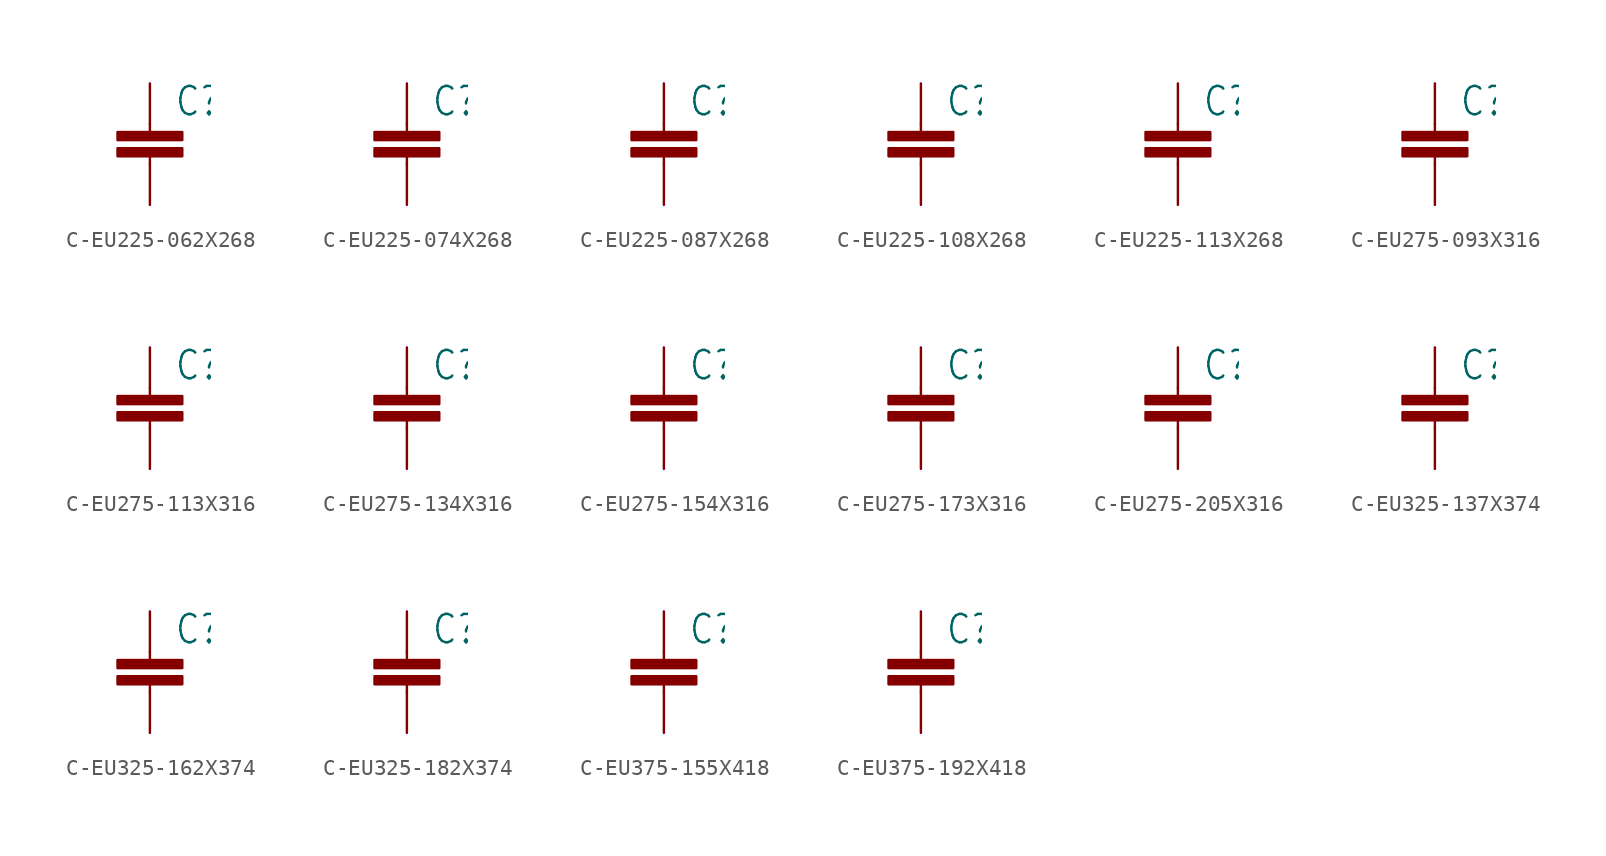
<source format=kicad_sym>
(kicad_symbol_lib
  (version 20231120)
  (generator "kicad_symbol_editor")
  (generator_version "8.0")
  (symbol "C-EU225-062X268"
    (property "Reference" "C"
      (at 1.524 0.381 0)
      (effects (font (size 1.778 1.511)) (justify left bottom)))
    (property "Value" ""
      (at 1.524 -4.699 0)
      (effects (font (size 1.778 1.511)) (justify left bottom)))
    (property "ki_locked" ""
      (at 0 0 0)
      (effects (font (size 1.27 1.27))))
    (symbol "C-EU225-062X268_1_0"
      (rectangle (start -2.032 -2.032) (end 2.032 -1.524) (stroke (width 0) (type default)) (fill (type outline)))
      (rectangle (start -2.032 -1.016) (end 2.032 -0.508) (stroke (width 0) (type default)) (fill (type outline)))
      (polyline (pts (xy 0 -2.54) (xy 0 -2.032)) (stroke (width 0.152) (type solid)) (fill (type none)))
      (polyline (pts (xy 0 0) (xy 0 -0.508)) (stroke (width 0.152) (type solid)) (fill (type none)))
      (pin passive line (at 0 2.54 270) (length 2.54) (name "1" (effects (font (size 0 0)))) (number "1" (effects (font (size 0 0)))))
      (pin passive line (at 0 -5.08 90) (length 2.54) (name "2" (effects (font (size 0 0)))) (number "2" (effects (font (size 0 0)))))))
  (symbol "C-EU225-074X268"
    (property "Reference" "C"
      (at 1.524 0.381 0)
      (effects (font (size 1.778 1.511)) (justify left bottom)))
    (property "Value" ""
      (at 1.524 -4.699 0)
      (effects (font (size 1.778 1.511)) (justify left bottom)))
    (property "ki_locked" ""
      (at 0 0 0)
      (effects (font (size 1.27 1.27))))
    (symbol "C-EU225-074X268_1_0"
      (rectangle (start -2.032 -2.032) (end 2.032 -1.524) (stroke (width 0) (type default)) (fill (type outline)))
      (rectangle (start -2.032 -1.016) (end 2.032 -0.508) (stroke (width 0) (type default)) (fill (type outline)))
      (polyline (pts (xy 0 -2.54) (xy 0 -2.032)) (stroke (width 0.152) (type solid)) (fill (type none)))
      (polyline (pts (xy 0 0) (xy 0 -0.508)) (stroke (width 0.152) (type solid)) (fill (type none)))
      (pin passive line (at 0 2.54 270) (length 2.54) (name "1" (effects (font (size 0 0)))) (number "1" (effects (font (size 0 0)))))
      (pin passive line (at 0 -5.08 90) (length 2.54) (name "2" (effects (font (size 0 0)))) (number "2" (effects (font (size 0 0)))))))
  (symbol "C-EU225-087X268"
    (property "Reference" "C"
      (at 1.524 0.381 0)
      (effects (font (size 1.778 1.511)) (justify left bottom)))
    (property "Value" ""
      (at 1.524 -4.699 0)
      (effects (font (size 1.778 1.511)) (justify left bottom)))
    (property "ki_locked" ""
      (at 0 0 0)
      (effects (font (size 1.27 1.27))))
    (symbol "C-EU225-087X268_1_0"
      (rectangle (start -2.032 -2.032) (end 2.032 -1.524) (stroke (width 0) (type default)) (fill (type outline)))
      (rectangle (start -2.032 -1.016) (end 2.032 -0.508) (stroke (width 0) (type default)) (fill (type outline)))
      (polyline (pts (xy 0 -2.54) (xy 0 -2.032)) (stroke (width 0.152) (type solid)) (fill (type none)))
      (polyline (pts (xy 0 0) (xy 0 -0.508)) (stroke (width 0.152) (type solid)) (fill (type none)))
      (pin passive line (at 0 2.54 270) (length 2.54) (name "1" (effects (font (size 0 0)))) (number "1" (effects (font (size 0 0)))))
      (pin passive line (at 0 -5.08 90) (length 2.54) (name "2" (effects (font (size 0 0)))) (number "2" (effects (font (size 0 0)))))))
  (symbol "C-EU225-108X268"
    (property "Reference" "C"
      (at 1.524 0.381 0)
      (effects (font (size 1.778 1.511)) (justify left bottom)))
    (property "Value" ""
      (at 1.524 -4.699 0)
      (effects (font (size 1.778 1.511)) (justify left bottom)))
    (property "ki_locked" ""
      (at 0 0 0)
      (effects (font (size 1.27 1.27))))
    (symbol "C-EU225-108X268_1_0"
      (rectangle (start -2.032 -2.032) (end 2.032 -1.524) (stroke (width 0) (type default)) (fill (type outline)))
      (rectangle (start -2.032 -1.016) (end 2.032 -0.508) (stroke (width 0) (type default)) (fill (type outline)))
      (polyline (pts (xy 0 -2.54) (xy 0 -2.032)) (stroke (width 0.152) (type solid)) (fill (type none)))
      (polyline (pts (xy 0 0) (xy 0 -0.508)) (stroke (width 0.152) (type solid)) (fill (type none)))
      (pin passive line (at 0 2.54 270) (length 2.54) (name "1" (effects (font (size 0 0)))) (number "1" (effects (font (size 0 0)))))
      (pin passive line (at 0 -5.08 90) (length 2.54) (name "2" (effects (font (size 0 0)))) (number "2" (effects (font (size 0 0)))))))
  (symbol "C-EU225-113X268"
    (property "Reference" "C"
      (at 1.524 0.381 0)
      (effects (font (size 1.778 1.511)) (justify left bottom)))
    (property "Value" ""
      (at 1.524 -4.699 0)
      (effects (font (size 1.778 1.511)) (justify left bottom)))
    (property "ki_locked" ""
      (at 0 0 0)
      (effects (font (size 1.27 1.27))))
    (symbol "C-EU225-113X268_1_0"
      (rectangle (start -2.032 -2.032) (end 2.032 -1.524) (stroke (width 0) (type default)) (fill (type outline)))
      (rectangle (start -2.032 -1.016) (end 2.032 -0.508) (stroke (width 0) (type default)) (fill (type outline)))
      (polyline (pts (xy 0 -2.54) (xy 0 -2.032)) (stroke (width 0.152) (type solid)) (fill (type none)))
      (polyline (pts (xy 0 0) (xy 0 -0.508)) (stroke (width 0.152) (type solid)) (fill (type none)))
      (pin passive line (at 0 2.54 270) (length 2.54) (name "1" (effects (font (size 0 0)))) (number "1" (effects (font (size 0 0)))))
      (pin passive line (at 0 -5.08 90) (length 2.54) (name "2" (effects (font (size 0 0)))) (number "2" (effects (font (size 0 0)))))))
  (symbol "C-EU275-093X316"
    (property "Reference" "C"
      (at 1.524 0.381 0)
      (effects (font (size 1.778 1.511)) (justify left bottom)))
    (property "Value" ""
      (at 1.524 -4.699 0)
      (effects (font (size 1.778 1.511)) (justify left bottom)))
    (property "ki_locked" ""
      (at 0 0 0)
      (effects (font (size 1.27 1.27))))
    (symbol "C-EU275-093X316_1_0"
      (rectangle (start -2.032 -2.032) (end 2.032 -1.524) (stroke (width 0) (type default)) (fill (type outline)))
      (rectangle (start -2.032 -1.016) (end 2.032 -0.508) (stroke (width 0) (type default)) (fill (type outline)))
      (polyline (pts (xy 0 -2.54) (xy 0 -2.032)) (stroke (width 0.152) (type solid)) (fill (type none)))
      (polyline (pts (xy 0 0) (xy 0 -0.508)) (stroke (width 0.152) (type solid)) (fill (type none)))
      (pin passive line (at 0 2.54 270) (length 2.54) (name "1" (effects (font (size 0 0)))) (number "1" (effects (font (size 0 0)))))
      (pin passive line (at 0 -5.08 90) (length 2.54) (name "2" (effects (font (size 0 0)))) (number "2" (effects (font (size 0 0)))))))
  (symbol "C-EU275-113X316"
    (property "Reference" "C"
      (at 1.524 0.381 0)
      (effects (font (size 1.778 1.511)) (justify left bottom)))
    (property "Value" ""
      (at 1.524 -4.699 0)
      (effects (font (size 1.778 1.511)) (justify left bottom)))
    (property "ki_locked" ""
      (at 0 0 0)
      (effects (font (size 1.27 1.27))))
    (symbol "C-EU275-113X316_1_0"
      (rectangle (start -2.032 -2.032) (end 2.032 -1.524) (stroke (width 0) (type default)) (fill (type outline)))
      (rectangle (start -2.032 -1.016) (end 2.032 -0.508) (stroke (width 0) (type default)) (fill (type outline)))
      (polyline (pts (xy 0 -2.54) (xy 0 -2.032)) (stroke (width 0.152) (type solid)) (fill (type none)))
      (polyline (pts (xy 0 0) (xy 0 -0.508)) (stroke (width 0.152) (type solid)) (fill (type none)))
      (pin passive line (at 0 2.54 270) (length 2.54) (name "1" (effects (font (size 0 0)))) (number "1" (effects (font (size 0 0)))))
      (pin passive line (at 0 -5.08 90) (length 2.54) (name "2" (effects (font (size 0 0)))) (number "2" (effects (font (size 0 0)))))))
  (symbol "C-EU275-134X316"
    (property "Reference" "C"
      (at 1.524 0.381 0)
      (effects (font (size 1.778 1.511)) (justify left bottom)))
    (property "Value" ""
      (at 1.524 -4.699 0)
      (effects (font (size 1.778 1.511)) (justify left bottom)))
    (property "ki_locked" ""
      (at 0 0 0)
      (effects (font (size 1.27 1.27))))
    (symbol "C-EU275-134X316_1_0"
      (rectangle (start -2.032 -2.032) (end 2.032 -1.524) (stroke (width 0) (type default)) (fill (type outline)))
      (rectangle (start -2.032 -1.016) (end 2.032 -0.508) (stroke (width 0) (type default)) (fill (type outline)))
      (polyline (pts (xy 0 -2.54) (xy 0 -2.032)) (stroke (width 0.152) (type solid)) (fill (type none)))
      (polyline (pts (xy 0 0) (xy 0 -0.508)) (stroke (width 0.152) (type solid)) (fill (type none)))
      (pin passive line (at 0 2.54 270) (length 2.54) (name "1" (effects (font (size 0 0)))) (number "1" (effects (font (size 0 0)))))
      (pin passive line (at 0 -5.08 90) (length 2.54) (name "2" (effects (font (size 0 0)))) (number "2" (effects (font (size 0 0)))))))
  (symbol "C-EU275-154X316"
    (property "Reference" "C"
      (at 1.524 0.381 0)
      (effects (font (size 1.778 1.511)) (justify left bottom)))
    (property "Value" ""
      (at 1.524 -4.699 0)
      (effects (font (size 1.778 1.511)) (justify left bottom)))
    (property "ki_locked" ""
      (at 0 0 0)
      (effects (font (size 1.27 1.27))))
    (symbol "C-EU275-154X316_1_0"
      (rectangle (start -2.032 -2.032) (end 2.032 -1.524) (stroke (width 0) (type default)) (fill (type outline)))
      (rectangle (start -2.032 -1.016) (end 2.032 -0.508) (stroke (width 0) (type default)) (fill (type outline)))
      (polyline (pts (xy 0 -2.54) (xy 0 -2.032)) (stroke (width 0.152) (type solid)) (fill (type none)))
      (polyline (pts (xy 0 0) (xy 0 -0.508)) (stroke (width 0.152) (type solid)) (fill (type none)))
      (pin passive line (at 0 2.54 270) (length 2.54) (name "1" (effects (font (size 0 0)))) (number "1" (effects (font (size 0 0)))))
      (pin passive line (at 0 -5.08 90) (length 2.54) (name "2" (effects (font (size 0 0)))) (number "2" (effects (font (size 0 0)))))))
  (symbol "C-EU275-173X316"
    (property "Reference" "C"
      (at 1.524 0.381 0)
      (effects (font (size 1.778 1.511)) (justify left bottom)))
    (property "Value" ""
      (at 1.524 -4.699 0)
      (effects (font (size 1.778 1.511)) (justify left bottom)))
    (property "ki_locked" ""
      (at 0 0 0)
      (effects (font (size 1.27 1.27))))
    (symbol "C-EU275-173X316_1_0"
      (rectangle (start -2.032 -2.032) (end 2.032 -1.524) (stroke (width 0) (type default)) (fill (type outline)))
      (rectangle (start -2.032 -1.016) (end 2.032 -0.508) (stroke (width 0) (type default)) (fill (type outline)))
      (polyline (pts (xy 0 -2.54) (xy 0 -2.032)) (stroke (width 0.152) (type solid)) (fill (type none)))
      (polyline (pts (xy 0 0) (xy 0 -0.508)) (stroke (width 0.152) (type solid)) (fill (type none)))
      (pin passive line (at 0 2.54 270) (length 2.54) (name "1" (effects (font (size 0 0)))) (number "1" (effects (font (size 0 0)))))
      (pin passive line (at 0 -5.08 90) (length 2.54) (name "2" (effects (font (size 0 0)))) (number "2" (effects (font (size 0 0)))))))
  (symbol "C-EU275-205X316"
    (property "Reference" "C"
      (at 1.524 0.381 0)
      (effects (font (size 1.778 1.511)) (justify left bottom)))
    (property "Value" ""
      (at 1.524 -4.699 0)
      (effects (font (size 1.778 1.511)) (justify left bottom)))
    (property "ki_locked" ""
      (at 0 0 0)
      (effects (font (size 1.27 1.27))))
    (symbol "C-EU275-205X316_1_0"
      (rectangle (start -2.032 -2.032) (end 2.032 -1.524) (stroke (width 0) (type default)) (fill (type outline)))
      (rectangle (start -2.032 -1.016) (end 2.032 -0.508) (stroke (width 0) (type default)) (fill (type outline)))
      (polyline (pts (xy 0 -2.54) (xy 0 -2.032)) (stroke (width 0.152) (type solid)) (fill (type none)))
      (polyline (pts (xy 0 0) (xy 0 -0.508)) (stroke (width 0.152) (type solid)) (fill (type none)))
      (pin passive line (at 0 2.54 270) (length 2.54) (name "1" (effects (font (size 0 0)))) (number "1" (effects (font (size 0 0)))))
      (pin passive line (at 0 -5.08 90) (length 2.54) (name "2" (effects (font (size 0 0)))) (number "2" (effects (font (size 0 0)))))))
  (symbol "C-EU325-137X374"
    (property "Reference" "C"
      (at 1.524 0.381 0)
      (effects (font (size 1.778 1.511)) (justify left bottom)))
    (property "Value" ""
      (at 1.524 -4.699 0)
      (effects (font (size 1.778 1.511)) (justify left bottom)))
    (property "ki_locked" ""
      (at 0 0 0)
      (effects (font (size 1.27 1.27))))
    (symbol "C-EU325-137X374_1_0"
      (rectangle (start -2.032 -2.032) (end 2.032 -1.524) (stroke (width 0) (type default)) (fill (type outline)))
      (rectangle (start -2.032 -1.016) (end 2.032 -0.508) (stroke (width 0) (type default)) (fill (type outline)))
      (polyline (pts (xy 0 -2.54) (xy 0 -2.032)) (stroke (width 0.152) (type solid)) (fill (type none)))
      (polyline (pts (xy 0 0) (xy 0 -0.508)) (stroke (width 0.152) (type solid)) (fill (type none)))
      (pin passive line (at 0 2.54 270) (length 2.54) (name "1" (effects (font (size 0 0)))) (number "1" (effects (font (size 0 0)))))
      (pin passive line (at 0 -5.08 90) (length 2.54) (name "2" (effects (font (size 0 0)))) (number "2" (effects (font (size 0 0)))))))
  (symbol "C-EU325-162X374"
    (property "Reference" "C"
      (at 1.524 0.381 0)
      (effects (font (size 1.778 1.511)) (justify left bottom)))
    (property "Value" ""
      (at 1.524 -4.699 0)
      (effects (font (size 1.778 1.511)) (justify left bottom)))
    (property "ki_locked" ""
      (at 0 0 0)
      (effects (font (size 1.27 1.27))))
    (symbol "C-EU325-162X374_1_0"
      (rectangle (start -2.032 -2.032) (end 2.032 -1.524) (stroke (width 0) (type default)) (fill (type outline)))
      (rectangle (start -2.032 -1.016) (end 2.032 -0.508) (stroke (width 0) (type default)) (fill (type outline)))
      (polyline (pts (xy 0 -2.54) (xy 0 -2.032)) (stroke (width 0.152) (type solid)) (fill (type none)))
      (polyline (pts (xy 0 0) (xy 0 -0.508)) (stroke (width 0.152) (type solid)) (fill (type none)))
      (pin passive line (at 0 2.54 270) (length 2.54) (name "1" (effects (font (size 0 0)))) (number "1" (effects (font (size 0 0)))))
      (pin passive line (at 0 -5.08 90) (length 2.54) (name "2" (effects (font (size 0 0)))) (number "2" (effects (font (size 0 0)))))))
  (symbol "C-EU325-182X374"
    (property "Reference" "C"
      (at 1.524 0.381 0)
      (effects (font (size 1.778 1.511)) (justify left bottom)))
    (property "Value" ""
      (at 1.524 -4.699 0)
      (effects (font (size 1.778 1.511)) (justify left bottom)))
    (property "ki_locked" ""
      (at 0 0 0)
      (effects (font (size 1.27 1.27))))
    (symbol "C-EU325-182X374_1_0"
      (rectangle (start -2.032 -2.032) (end 2.032 -1.524) (stroke (width 0) (type default)) (fill (type outline)))
      (rectangle (start -2.032 -1.016) (end 2.032 -0.508) (stroke (width 0) (type default)) (fill (type outline)))
      (polyline (pts (xy 0 -2.54) (xy 0 -2.032)) (stroke (width 0.152) (type solid)) (fill (type none)))
      (polyline (pts (xy 0 0) (xy 0 -0.508)) (stroke (width 0.152) (type solid)) (fill (type none)))
      (pin passive line (at 0 2.54 270) (length 2.54) (name "1" (effects (font (size 0 0)))) (number "1" (effects (font (size 0 0)))))
      (pin passive line (at 0 -5.08 90) (length 2.54) (name "2" (effects (font (size 0 0)))) (number "2" (effects (font (size 0 0)))))))
  (symbol "C-EU375-155X418"
    (property "Reference" "C"
      (at 1.524 0.381 0)
      (effects (font (size 1.778 1.511)) (justify left bottom)))
    (property "Value" ""
      (at 1.524 -4.699 0)
      (effects (font (size 1.778 1.511)) (justify left bottom)))
    (property "ki_locked" ""
      (at 0 0 0)
      (effects (font (size 1.27 1.27))))
    (symbol "C-EU375-155X418_1_0"
      (rectangle (start -2.032 -2.032) (end 2.032 -1.524) (stroke (width 0) (type default)) (fill (type outline)))
      (rectangle (start -2.032 -1.016) (end 2.032 -0.508) (stroke (width 0) (type default)) (fill (type outline)))
      (polyline (pts (xy 0 -2.54) (xy 0 -2.032)) (stroke (width 0.152) (type solid)) (fill (type none)))
      (polyline (pts (xy 0 0) (xy 0 -0.508)) (stroke (width 0.152) (type solid)) (fill (type none)))
      (pin passive line (at 0 2.54 270) (length 2.54) (name "1" (effects (font (size 0 0)))) (number "1" (effects (font (size 0 0)))))
      (pin passive line (at 0 -5.08 90) (length 2.54) (name "2" (effects (font (size 0 0)))) (number "2" (effects (font (size 0 0)))))))
  (symbol "C-EU375-192X418"
    (property "Reference" "C"
      (at 1.524 0.381 0)
      (effects (font (size 1.778 1.511)) (justify left bottom)))
    (property "Value" ""
      (at 1.524 -4.699 0)
      (effects (font (size 1.778 1.511)) (justify left bottom)))
    (property "ki_locked" ""
      (at 0 0 0)
      (effects (font (size 1.27 1.27))))
    (symbol "C-EU375-192X418_1_0"
      (rectangle (start -2.032 -2.032) (end 2.032 -1.524) (stroke (width 0) (type default)) (fill (type outline)))
      (rectangle (start -2.032 -1.016) (end 2.032 -0.508) (stroke (width 0) (type default)) (fill (type outline)))
      (polyline (pts (xy 0 -2.54) (xy 0 -2.032)) (stroke (width 0.152) (type solid)) (fill (type none)))
      (polyline (pts (xy 0 0) (xy 0 -0.508)) (stroke (width 0.152) (type solid)) (fill (type none)))
      (pin passive line (at 0 2.54 270) (length 2.54) (name "1" (effects (font (size 0 0)))) (number "1" (effects (font (size 0 0)))))
      (pin passive line (at 0 -5.08 90) (length 2.54) (name "2" (effects (font (size 0 0)))) (number "2" (effects (font (size 0 0))))))))
</source>
